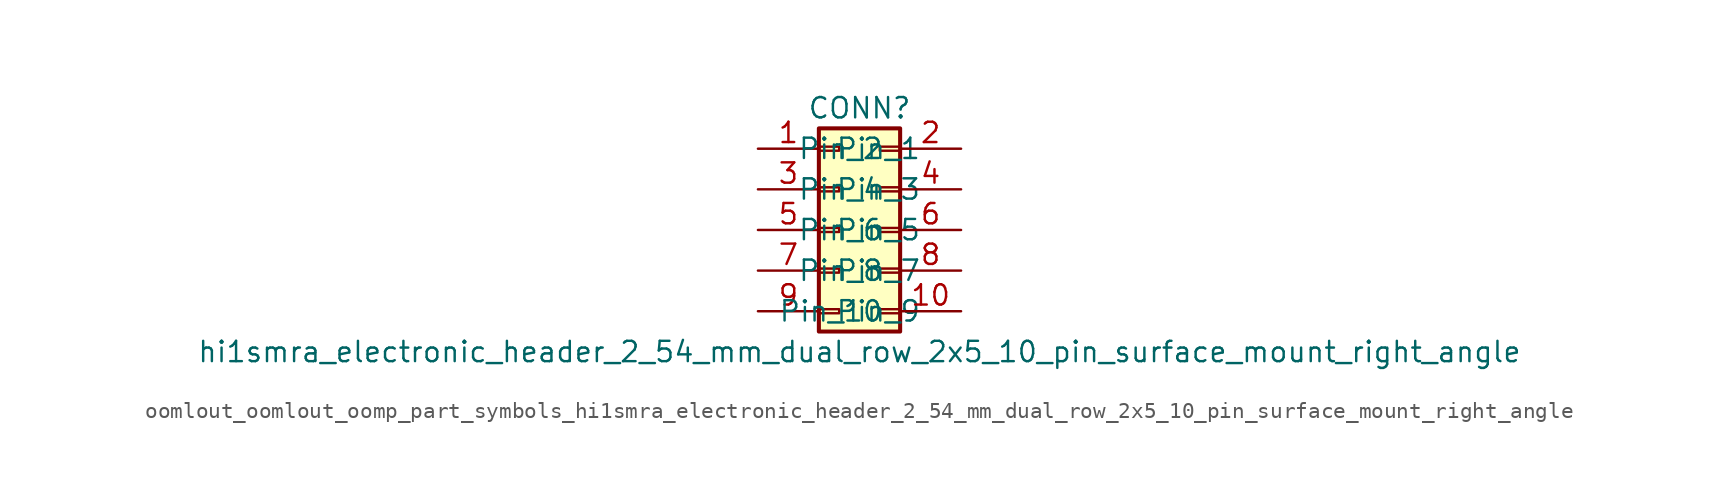
<source format=kicad_sym>
(kicad_symbol_lib
  (version 20220914)
  (generator kicad_symbol_editor)
  (symbol "oomlout_oomlout_oomp_part_symbols_hi1smra_electronic_header_2_54_mm_dual_row_2x5_10_pin_surface_mount_right_angle"
    (pin_names
      (offset 1.016))
    (property "Reference" "CONN"
      (at 1.27 7.62 0)
      (effects (font (size 1.27 1.27))))
    (property "Value" "hi1smra_electronic_header_2_54_mm_dual_row_2x5_10_pin_surface_mount_right_angle"
      (at 1.27 -7.62 0)
      (effects (font (size 1.27 1.27))))
    (symbol "oomlout_oomlout_oomp_part_symbols_hi1smra_electronic_header_2_54_mm_dual_row_2x5_10_pin_surface_mount_right_angle_1_1"
      (rectangle (start -1.27 -4.953) (end 0 -5.207) (stroke (width 0.152) (type default)) (fill (type none)))
      (rectangle (start -1.27 -2.413) (end 0 -2.667) (stroke (width 0.152) (type default)) (fill (type none)))
      (rectangle (start -1.27 0.127) (end 0 -0.127) (stroke (width 0.152) (type default)) (fill (type none)))
      (rectangle (start -1.27 2.667) (end 0 2.413) (stroke (width 0.152) (type default)) (fill (type none)))
      (rectangle (start -1.27 5.207) (end 0 4.953) (stroke (width 0.152) (type default)) (fill (type none)))
      (rectangle (start -1.27 6.35) (end 3.81 -6.35) (stroke (width 0.254) (type default)) (fill (type background)))
      (rectangle (start 3.81 -4.953) (end 2.54 -5.207) (stroke (width 0.152) (type default)) (fill (type none)))
      (rectangle (start 3.81 -2.413) (end 2.54 -2.667) (stroke (width 0.152) (type default)) (fill (type none)))
      (rectangle (start 3.81 0.127) (end 2.54 -0.127) (stroke (width 0.152) (type default)) (fill (type none)))
      (rectangle (start 3.81 2.667) (end 2.54 2.413) (stroke (width 0.152) (type default)) (fill (type none)))
      (rectangle (start 3.81 5.207) (end 2.54 4.953) (stroke (width 0.152) (type default)) (fill (type none)))
      (pin passive line (at -5.08 5.08 0) (length 3.81) (name "Pin_1" (effects (font (size 1.27 1.27)))) (number "1" (effects (font (size 1.27 1.27)))))
      (pin passive line (at 7.62 -5.08 180) (length 3.81) (name "Pin_10" (effects (font (size 1.27 1.27)))) (number "10" (effects (font (size 1.27 1.27)))))
      (pin passive line (at 7.62 5.08 180) (length 3.81) (name "Pin_2" (effects (font (size 1.27 1.27)))) (number "2" (effects (font (size 1.27 1.27)))))
      (pin passive line (at -5.08 2.54 0) (length 3.81) (name "Pin_3" (effects (font (size 1.27 1.27)))) (number "3" (effects (font (size 1.27 1.27)))))
      (pin passive line (at 7.62 2.54 180) (length 3.81) (name "Pin_4" (effects (font (size 1.27 1.27)))) (number "4" (effects (font (size 1.27 1.27)))))
      (pin passive line (at -5.08 0 0) (length 3.81) (name "Pin_5" (effects (font (size 1.27 1.27)))) (number "5" (effects (font (size 1.27 1.27)))))
      (pin passive line (at 7.62 0 180) (length 3.81) (name "Pin_6" (effects (font (size 1.27 1.27)))) (number "6" (effects (font (size 1.27 1.27)))))
      (pin passive line (at -5.08 -2.54 0) (length 3.81) (name "Pin_7" (effects (font (size 1.27 1.27)))) (number "7" (effects (font (size 1.27 1.27)))))
      (pin passive line (at 7.62 -2.54 180) (length 3.81) (name "Pin_8" (effects (font (size 1.27 1.27)))) (number "8" (effects (font (size 1.27 1.27)))))
      (pin passive line (at -5.08 -5.08 0) (length 3.81) (name "Pin_9" (effects (font (size 1.27 1.27)))) (number "9" (effects (font (size 1.27 1.27))))))))
</source>
